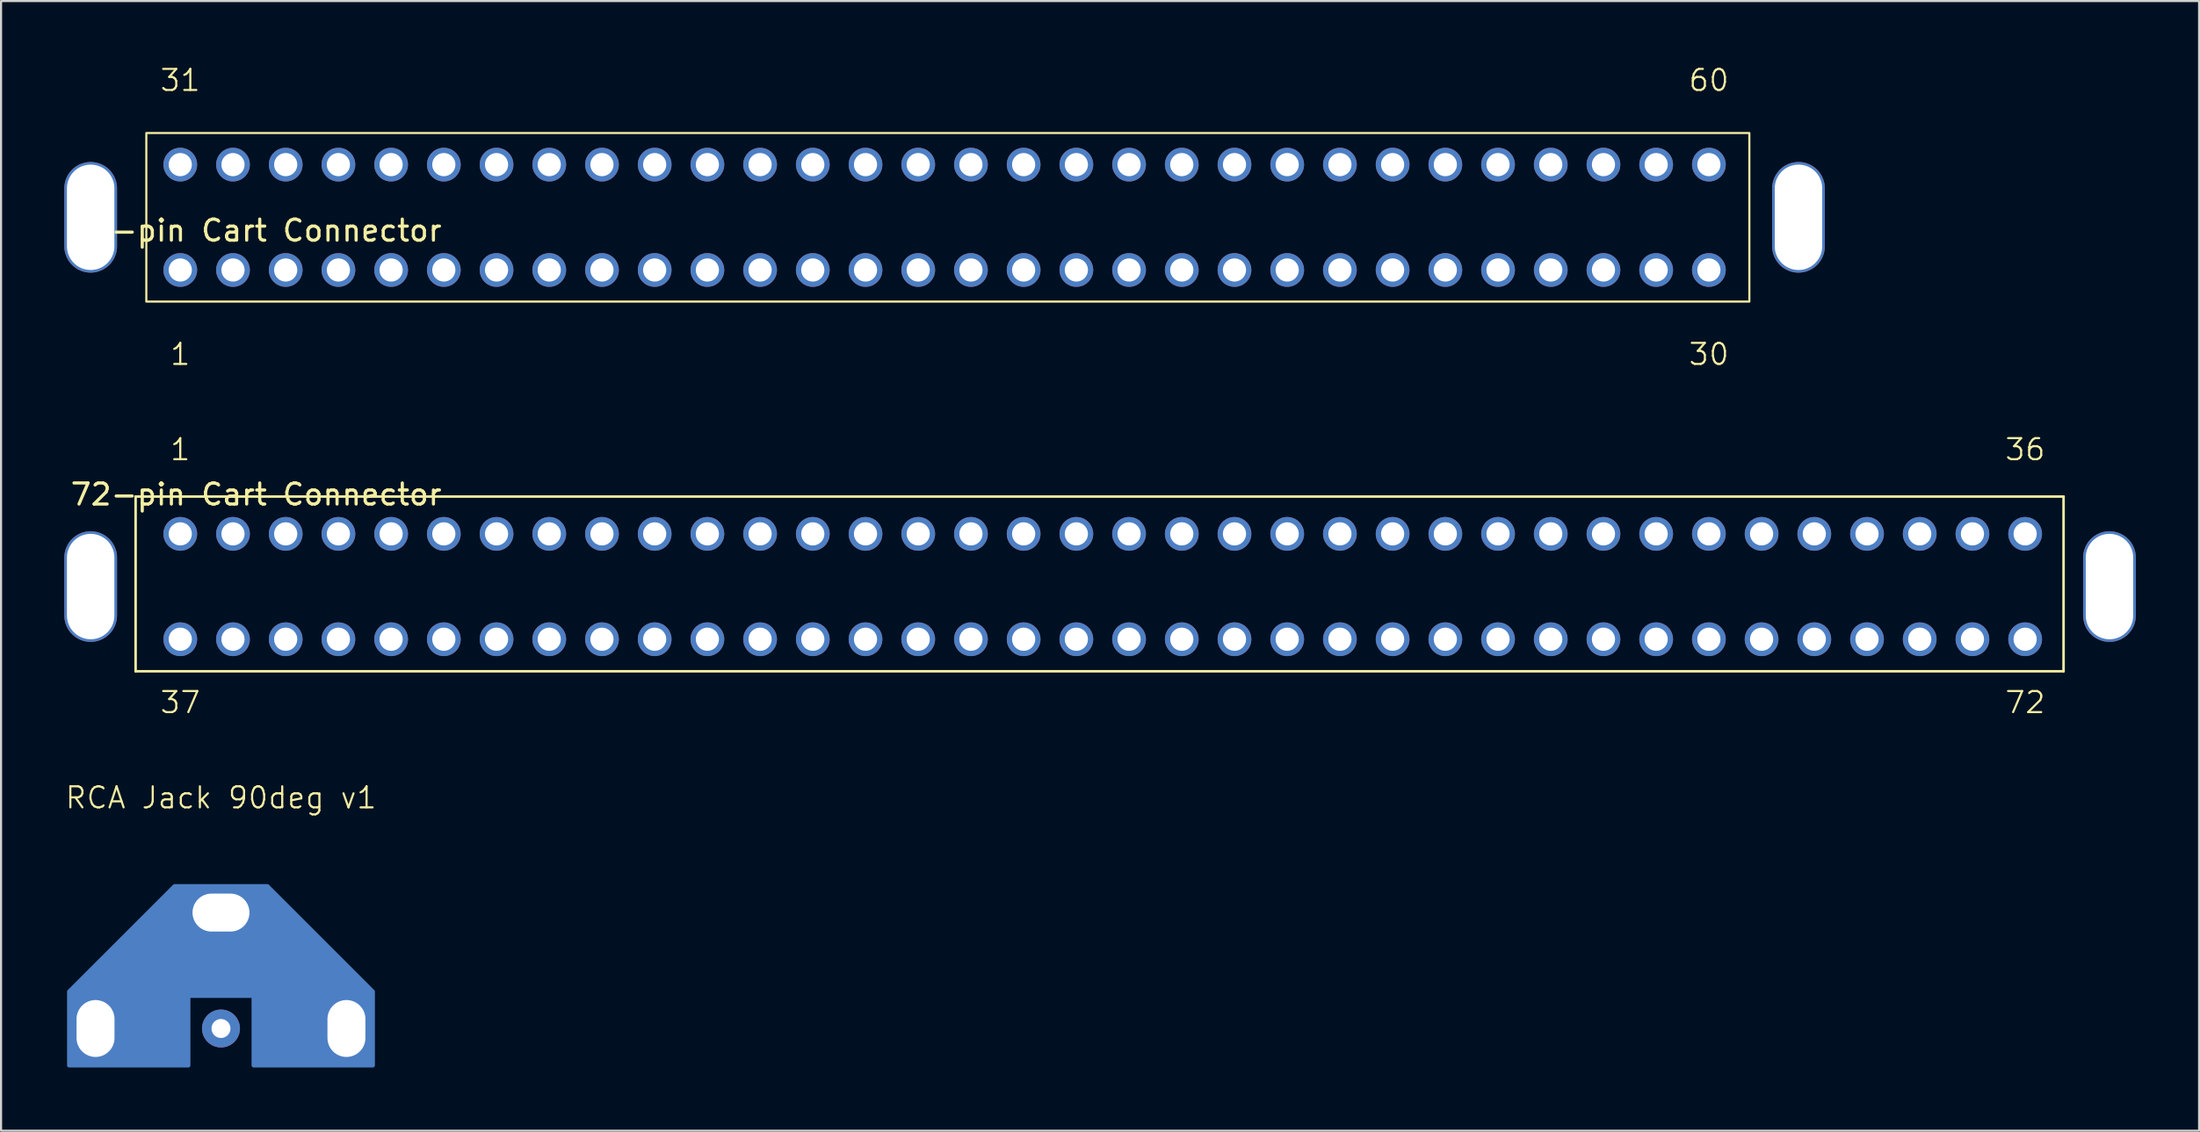
<source format=kicad_pcb>
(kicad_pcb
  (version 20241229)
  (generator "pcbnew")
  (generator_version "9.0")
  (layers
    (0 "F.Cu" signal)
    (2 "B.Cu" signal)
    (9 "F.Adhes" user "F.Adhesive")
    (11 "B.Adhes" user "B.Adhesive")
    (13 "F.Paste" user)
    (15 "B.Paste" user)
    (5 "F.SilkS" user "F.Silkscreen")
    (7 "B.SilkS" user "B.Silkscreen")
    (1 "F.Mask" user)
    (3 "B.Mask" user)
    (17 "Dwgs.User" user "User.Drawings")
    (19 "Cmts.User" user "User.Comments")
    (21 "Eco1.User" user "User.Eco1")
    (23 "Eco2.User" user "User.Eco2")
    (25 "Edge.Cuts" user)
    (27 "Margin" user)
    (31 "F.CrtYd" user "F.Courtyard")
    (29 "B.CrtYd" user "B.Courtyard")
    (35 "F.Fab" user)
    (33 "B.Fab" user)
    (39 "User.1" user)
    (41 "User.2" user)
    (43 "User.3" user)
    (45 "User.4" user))
  (footprint "72-pin Cart Connector"
    (layer "F.Cu")
    (at 5.5 27.282)
    (property "Reference" "72-pin Cart Connector" (at 3.602 -6.871 0) (layer "F.SilkS") (effects (font (size 1 1) (thickness 0.15))))
    (attr through_hole)
    (fp_line (start -2.118 -6.771) (end -2.118 1.519) (stroke (width 0.12) (type solid)) (layer "F.SilkS"))
    (fp_line (start -2.118 1.519) (end 89.322 1.519) (stroke (width 0.12) (type solid)) (layer "F.SilkS"))
    (fp_line (start 89.322 -6.771) (end -2.118 -6.771) (stroke (width 0.12) (type solid)) (layer "F.SilkS"))
    (fp_line (start 89.322 1.519) (end 89.322 -6.771) (stroke (width 0.12) (type solid)) (layer "F.SilkS"))
    (fp_text user "36" (at 87.5 -9 0) (unlocked yes) (layer "F.SilkS") (effects (font (size 1 1) (thickness 0.1))))
    (fp_text user "37" (at 0 3 0) (unlocked yes) (layer "F.SilkS") (effects (font (size 1 1) (thickness 0.1))))
    (fp_text user "72" (at 87.5 3 0) (unlocked yes) (layer "F.SilkS") (effects (font (size 1 1) (thickness 0.1))))
    (fp_text user "1" (at 0 -9 0) (unlocked yes) (layer "F.SilkS") (effects (font (size 1 1) (thickness 0.1))))
    (pad "1" thru_hole circle (at 0 -5) (size 1.6 1.6) (drill 1.1) (layers "*.Cu" "*.Mask"))
    (pad "2" thru_hole circle (at 2.5 -5) (size 1.6 1.6) (drill 1.1) (layers "*.Cu" "*.Mask"))
    (pad "3" thru_hole circle (at 5 -5) (size 1.6 1.6) (drill 1.1) (layers "*.Cu" "*.Mask"))
    (pad "4" thru_hole circle (at 7.5 -5) (size 1.6 1.6) (drill 1.1) (layers "*.Cu" "*.Mask"))
    (pad "5" thru_hole circle (at 10 -5) (size 1.6 1.6) (drill 1.1) (layers "*.Cu" "*.Mask"))
    (pad "6" thru_hole circle (at 12.5 -5) (size 1.6 1.6) (drill 1.1) (layers "*.Cu" "*.Mask"))
    (pad "7" thru_hole circle (at 15 -5) (size 1.6 1.6) (drill 1.1) (layers "*.Cu" "*.Mask"))
    (pad "8" thru_hole circle (at 17.5 -5) (size 1.6 1.6) (drill 1.1) (layers "*.Cu" "*.Mask"))
    (pad "9" thru_hole circle (at 20 -5) (size 1.6 1.6) (drill 1.1) (layers "*.Cu" "*.Mask"))
    (pad "10" thru_hole circle (at 22.5 -5) (size 1.6 1.6) (drill 1.1) (layers "*.Cu" "*.Mask"))
    (pad "11" thru_hole circle (at 25 -5) (size 1.6 1.6) (drill 1.1) (layers "*.Cu" "*.Mask"))
    (pad "12" thru_hole circle (at 27.5 -5) (size 1.6 1.6) (drill 1.1) (layers "*.Cu" "*.Mask"))
    (pad "13" thru_hole circle (at 30 -5) (size 1.6 1.6) (drill 1.1) (layers "*.Cu" "*.Mask"))
    (pad "14" thru_hole circle (at 32.5 -5) (size 1.6 1.6) (drill 1.1) (layers "*.Cu" "*.Mask"))
    (pad "15" thru_hole circle (at 35 -5) (size 1.6 1.6) (drill 1.1) (layers "*.Cu" "*.Mask"))
    (pad "16" thru_hole circle (at 37.5 -5) (size 1.6 1.6) (drill 1.1) (layers "*.Cu" "*.Mask"))
    (pad "17" thru_hole circle (at 40 -5) (size 1.6 1.6) (drill 1.1) (layers "*.Cu" "*.Mask"))
    (pad "18" thru_hole circle (at 42.5 -5) (size 1.6 1.6) (drill 1.1) (layers "*.Cu" "*.Mask"))
    (pad "19" thru_hole circle (at 45 -5) (size 1.6 1.6) (drill 1.1) (layers "*.Cu" "*.Mask"))
    (pad "20" thru_hole circle (at 47.5 -5) (size 1.6 1.6) (drill 1.1) (layers "*.Cu" "*.Mask"))
    (pad "21" thru_hole circle (at 50 -5) (size 1.6 1.6) (drill 1.1) (layers "*.Cu" "*.Mask"))
    (pad "22" thru_hole circle (at 52.5 -5) (size 1.6 1.6) (drill 1.1) (layers "*.Cu" "*.Mask"))
    (pad "23" thru_hole circle (at 55 -5) (size 1.6 1.6) (drill 1.1) (layers "*.Cu" "*.Mask"))
    (pad "24" thru_hole circle (at 57.5 -5) (size 1.6 1.6) (drill 1.1) (layers "*.Cu" "*.Mask"))
    (pad "25" thru_hole circle (at 60 -5) (size 1.6 1.6) (drill 1.1) (layers "*.Cu" "*.Mask"))
    (pad "26" thru_hole circle (at 62.5 -5) (size 1.6 1.6) (drill 1.1) (layers "*.Cu" "*.Mask"))
    (pad "27" thru_hole circle (at 65 -5) (size 1.6 1.6) (drill 1.1) (layers "*.Cu" "*.Mask"))
    (pad "28" thru_hole circle (at 67.5 -5) (size 1.6 1.6) (drill 1.1) (layers "*.Cu" "*.Mask"))
    (pad "29" thru_hole circle (at 70 -5) (size 1.6 1.6) (drill 1.1) (layers "*.Cu" "*.Mask"))
    (pad "30" thru_hole circle (at 72.5 -5) (size 1.6 1.6) (drill 1.1) (layers "*.Cu" "*.Mask"))
    (pad "31" thru_hole circle (at 75 -5) (size 1.6 1.6) (drill 1.1) (layers "*.Cu" "*.Mask"))
    (pad "32" thru_hole circle (at 77.5 -5) (size 1.6 1.6) (drill 1.1) (layers "*.Cu" "*.Mask"))
    (pad "33" thru_hole circle (at 80 -5) (size 1.6 1.6) (drill 1.1) (layers "*.Cu" "*.Mask"))
    (pad "34" thru_hole circle (at 82.5 -5) (size 1.6 1.6) (drill 1.1) (layers "*.Cu" "*.Mask"))
    (pad "35" thru_hole circle (at 85 -5) (size 1.6 1.6) (drill 1.1) (layers "*.Cu" "*.Mask"))
    (pad "36" thru_hole circle (at 87.5 -5) (size 1.6 1.6) (drill 1.1) (layers "*.Cu" "*.Mask"))
    (pad "37" thru_hole circle (at 0 0) (size 1.6 1.6) (drill 1.1) (layers "*.Cu" "*.Mask"))
    (pad "38" thru_hole circle (at 2.5 0) (size 1.6 1.6) (drill 1.1) (layers "*.Cu" "*.Mask"))
    (pad "39" thru_hole circle (at 5 0) (size 1.6 1.6) (drill 1.1) (layers "*.Cu" "*.Mask"))
    (pad "40" thru_hole circle (at 7.5 0) (size 1.6 1.6) (drill 1.1) (layers "*.Cu" "*.Mask"))
    (pad "41" thru_hole circle (at 10 0) (size 1.6 1.6) (drill 1.1) (layers "*.Cu" "*.Mask"))
    (pad "42" thru_hole circle (at 12.5 0) (size 1.6 1.6) (drill 1.1) (layers "*.Cu" "*.Mask"))
    (pad "43" thru_hole circle (at 15 0) (size 1.6 1.6) (drill 1.1) (layers "*.Cu" "*.Mask"))
    (pad "44" thru_hole circle (at 17.5 0) (size 1.6 1.6) (drill 1.1) (layers "*.Cu" "*.Mask"))
    (pad "45" thru_hole circle (at 20 0) (size 1.6 1.6) (drill 1.1) (layers "*.Cu" "*.Mask"))
    (pad "46" thru_hole circle (at 22.5 0) (size 1.6 1.6) (drill 1.1) (layers "*.Cu" "*.Mask"))
    (pad "47" thru_hole circle (at 25 0) (size 1.6 1.6) (drill 1.1) (layers "*.Cu" "*.Mask"))
    (pad "48" thru_hole circle (at 27.5 0) (size 1.6 1.6) (drill 1.1) (layers "*.Cu" "*.Mask"))
    (pad "49" thru_hole circle (at 30 0) (size 1.6 1.6) (drill 1.1) (layers "*.Cu" "*.Mask"))
    (pad "50" thru_hole circle (at 32.5 0) (size 1.6 1.6) (drill 1.1) (layers "*.Cu" "*.Mask"))
    (pad "51" thru_hole circle (at 35 0) (size 1.6 1.6) (drill 1.1) (layers "*.Cu" "*.Mask"))
    (pad "52" thru_hole circle (at 37.5 0) (size 1.6 1.6) (drill 1.1) (layers "*.Cu" "*.Mask"))
    (pad "53" thru_hole circle (at 40 0) (size 1.6 1.6) (drill 1.1) (layers "*.Cu" "*.Mask"))
    (pad "54" thru_hole circle (at 42.5 0) (size 1.6 1.6) (drill 1.1) (layers "*.Cu" "*.Mask"))
    (pad "55" thru_hole circle (at 45 0) (size 1.6 1.6) (drill 1.1) (layers "*.Cu" "*.Mask"))
    (pad "56" thru_hole circle (at 47.5 0) (size 1.6 1.6) (drill 1.1) (layers "*.Cu" "*.Mask"))
    (pad "57" thru_hole circle (at 50 0) (size 1.6 1.6) (drill 1.1) (layers "*.Cu" "*.Mask"))
    (pad "58" thru_hole circle (at 52.5 0) (size 1.6 1.6) (drill 1.1) (layers "*.Cu" "*.Mask"))
    (pad "59" thru_hole circle (at 55 0) (size 1.6 1.6) (drill 1.1) (layers "*.Cu" "*.Mask"))
    (pad "60" thru_hole circle (at 57.5 0) (size 1.6 1.6) (drill 1.1) (layers "*.Cu" "*.Mask"))
    (pad "61" thru_hole circle (at 60 0) (size 1.6 1.6) (drill 1.1) (layers "*.Cu" "*.Mask"))
    (pad "62" thru_hole circle (at 62.5 0) (size 1.6 1.6) (drill 1.1) (layers "*.Cu" "*.Mask"))
    (pad "63" thru_hole circle (at 65 0) (size 1.6 1.6) (drill 1.1) (layers "*.Cu" "*.Mask"))
    (pad "64" thru_hole circle (at 67.5 0) (size 1.6 1.6) (drill 1.1) (layers "*.Cu" "*.Mask"))
    (pad "65" thru_hole circle (at 70 0) (size 1.6 1.6) (drill 1.1) (layers "*.Cu" "*.Mask"))
    (pad "66" thru_hole circle (at 72.5 0) (size 1.6 1.6) (drill 1.1) (layers "*.Cu" "*.Mask"))
    (pad "67" thru_hole circle (at 75 0) (size 1.6 1.6) (drill 1.1) (layers "*.Cu" "*.Mask"))
    (pad "68" thru_hole circle (at 77.5 0) (size 1.6 1.6) (drill 1.1) (layers "*.Cu" "*.Mask"))
    (pad "69" thru_hole circle (at 80 0) (size 1.6 1.6) (drill 1.1) (layers "*.Cu" "*.Mask"))
    (pad "70" thru_hole circle (at 82.5 0) (size 1.6 1.6) (drill 1.1) (layers "*.Cu" "*.Mask"))
    (pad "71" thru_hole circle (at 85 0) (size 1.6 1.6) (drill 1.1) (layers "*.Cu" "*.Mask"))
    (pad "72" thru_hole circle (at 87.5 0) (size 1.6 1.6) (drill 1.1) (layers "*.Cu" "*.Mask"))
    (pad "73" thru_hole oval (at -4.25 -2.5) (size 2.5 5.25) (drill oval 2.25 5) (layers "*.Cu" "*.Mask"))
    (pad "73" thru_hole oval (at 91.5 -2.5) (size 2.5 5.25) (drill oval 2.25 5) (layers "*.Cu" "*.Mask")))
  (footprint "60-pin Cart Connector"
    (layer "F.Cu")
    (at 5.5 9.761)
    (property "Reference" "60-pin Cart Connector" (at 3.602 -1.871 0) (layer "F.SilkS") (effects (font (size 1 1) (thickness 0.15))))
    (attr through_hole)
    (fp_rect (start -1.61 -6.5) (end 74.42 1.5) (stroke (width 0.1) (type default)) (fill no) (layer "F.SilkS"))
    (fp_text user "30" (at 72.5 4 0) (unlocked yes) (layer "F.SilkS") (effects (font (size 1 1) (thickness 0.1))))
    (fp_text user "31" (at 0 -9 0) (unlocked yes) (layer "F.SilkS") (effects (font (size 1 1) (thickness 0.1))))
    (fp_text user "1" (at 0 4 0) (unlocked yes) (layer "F.SilkS") (effects (font (size 1 1) (thickness 0.1))))
    (fp_text user "60" (at 72.5 -9 0) (unlocked yes) (layer "F.SilkS") (effects (font (size 1 1) (thickness 0.1))))
    (pad "1" thru_hole circle (at 0 0) (size 1.6 1.6) (drill 1.1) (layers "*.Cu" "*.Mask"))
    (pad "2" thru_hole circle (at 2.5 0) (size 1.6 1.6) (drill 1.1) (layers "*.Cu" "*.Mask"))
    (pad "3" thru_hole circle (at 5 0) (size 1.6 1.6) (drill 1.1) (layers "*.Cu" "*.Mask"))
    (pad "4" thru_hole circle (at 7.5 0) (size 1.6 1.6) (drill 1.1) (layers "*.Cu" "*.Mask"))
    (pad "5" thru_hole circle (at 10 0) (size 1.6 1.6) (drill 1.1) (layers "*.Cu" "*.Mask"))
    (pad "6" thru_hole circle (at 12.5 0) (size 1.6 1.6) (drill 1.1) (layers "*.Cu" "*.Mask"))
    (pad "7" thru_hole circle (at 15 0) (size 1.6 1.6) (drill 1.1) (layers "*.Cu" "*.Mask"))
    (pad "8" thru_hole circle (at 17.5 0) (size 1.6 1.6) (drill 1.1) (layers "*.Cu" "*.Mask"))
    (pad "9" thru_hole circle (at 20 0) (size 1.6 1.6) (drill 1.1) (layers "*.Cu" "*.Mask"))
    (pad "10" thru_hole circle (at 22.5 0) (size 1.6 1.6) (drill 1.1) (layers "*.Cu" "*.Mask"))
    (pad "11" thru_hole circle (at 25 0) (size 1.6 1.6) (drill 1.1) (layers "*.Cu" "*.Mask"))
    (pad "12" thru_hole circle (at 27.5 0) (size 1.6 1.6) (drill 1.1) (layers "*.Cu" "*.Mask"))
    (pad "13" thru_hole circle (at 30 0) (size 1.6 1.6) (drill 1.1) (layers "*.Cu" "*.Mask"))
    (pad "14" thru_hole circle (at 32.5 0) (size 1.6 1.6) (drill 1.1) (layers "*.Cu" "*.Mask"))
    (pad "15" thru_hole circle (at 35 0) (size 1.6 1.6) (drill 1.1) (layers "*.Cu" "*.Mask"))
    (pad "16" thru_hole circle (at 37.5 0) (size 1.6 1.6) (drill 1.1) (layers "*.Cu" "*.Mask"))
    (pad "17" thru_hole circle (at 40 0) (size 1.6 1.6) (drill 1.1) (layers "*.Cu" "*.Mask"))
    (pad "18" thru_hole circle (at 42.5 0) (size 1.6 1.6) (drill 1.1) (layers "*.Cu" "*.Mask"))
    (pad "19" thru_hole circle (at 45 0) (size 1.6 1.6) (drill 1.1) (layers "*.Cu" "*.Mask"))
    (pad "20" thru_hole circle (at 47.5 0) (size 1.6 1.6) (drill 1.1) (layers "*.Cu" "*.Mask"))
    (pad "21" thru_hole circle (at 50 0) (size 1.6 1.6) (drill 1.1) (layers "*.Cu" "*.Mask"))
    (pad "22" thru_hole circle (at 52.5 0) (size 1.6 1.6) (drill 1.1) (layers "*.Cu" "*.Mask"))
    (pad "23" thru_hole circle (at 55 0) (size 1.6 1.6) (drill 1.1) (layers "*.Cu" "*.Mask"))
    (pad "24" thru_hole circle (at 57.5 0) (size 1.6 1.6) (drill 1.1) (layers "*.Cu" "*.Mask"))
    (pad "25" thru_hole circle (at 60 0) (size 1.6 1.6) (drill 1.1) (layers "*.Cu" "*.Mask"))
    (pad "26" thru_hole circle (at 62.5 0) (size 1.6 1.6) (drill 1.1) (layers "*.Cu" "*.Mask"))
    (pad "27" thru_hole circle (at 65 0) (size 1.6 1.6) (drill 1.1) (layers "*.Cu" "*.Mask"))
    (pad "28" thru_hole circle (at 67.5 0) (size 1.6 1.6) (drill 1.1) (layers "*.Cu" "*.Mask"))
    (pad "29" thru_hole circle (at 70 0) (size 1.6 1.6) (drill 1.1) (layers "*.Cu" "*.Mask"))
    (pad "30" thru_hole circle (at 72.5 0) (size 1.6 1.6) (drill 1.1) (layers "*.Cu" "*.Mask"))
    (pad "31" thru_hole circle (at 0 -5) (size 1.6 1.6) (drill 1.1) (layers "*.Cu" "*.Mask"))
    (pad "32" thru_hole circle (at 2.5 -5) (size 1.6 1.6) (drill 1.1) (layers "*.Cu" "*.Mask"))
    (pad "33" thru_hole circle (at 5 -5) (size 1.6 1.6) (drill 1.1) (layers "*.Cu" "*.Mask"))
    (pad "34" thru_hole circle (at 7.5 -5) (size 1.6 1.6) (drill 1.1) (layers "*.Cu" "*.Mask"))
    (pad "35" thru_hole circle (at 10 -5) (size 1.6 1.6) (drill 1.1) (layers "*.Cu" "*.Mask"))
    (pad "36" thru_hole circle (at 12.5 -5) (size 1.6 1.6) (drill 1.1) (layers "*.Cu" "*.Mask"))
    (pad "37" thru_hole circle (at 15 -5) (size 1.6 1.6) (drill 1.1) (layers "*.Cu" "*.Mask"))
    (pad "38" thru_hole circle (at 17.5 -5) (size 1.6 1.6) (drill 1.1) (layers "*.Cu" "*.Mask"))
    (pad "39" thru_hole circle (at 20 -5) (size 1.6 1.6) (drill 1.1) (layers "*.Cu" "*.Mask"))
    (pad "40" thru_hole circle (at 22.5 -5) (size 1.6 1.6) (drill 1.1) (layers "*.Cu" "*.Mask"))
    (pad "41" thru_hole circle (at 25 -5) (size 1.6 1.6) (drill 1.1) (layers "*.Cu" "*.Mask"))
    (pad "42" thru_hole circle (at 27.5 -5) (size 1.6 1.6) (drill 1.1) (layers "*.Cu" "*.Mask"))
    (pad "43" thru_hole circle (at 30 -5) (size 1.6 1.6) (drill 1.1) (layers "*.Cu" "*.Mask"))
    (pad "44" thru_hole circle (at 32.5 -5) (size 1.6 1.6) (drill 1.1) (layers "*.Cu" "*.Mask"))
    (pad "45" thru_hole circle (at 35 -5) (size 1.6 1.6) (drill 1.1) (layers "*.Cu" "*.Mask"))
    (pad "46" thru_hole circle (at 37.5 -5) (size 1.6 1.6) (drill 1.1) (layers "*.Cu" "*.Mask"))
    (pad "47" thru_hole circle (at 40 -5) (size 1.6 1.6) (drill 1.1) (layers "*.Cu" "*.Mask"))
    (pad "48" thru_hole circle (at 42.5 -5) (size 1.6 1.6) (drill 1.1) (layers "*.Cu" "*.Mask"))
    (pad "49" thru_hole circle (at 45 -5) (size 1.6 1.6) (drill 1.1) (layers "*.Cu" "*.Mask"))
    (pad "50" thru_hole circle (at 47.5 -5) (size 1.6 1.6) (drill 1.1) (layers "*.Cu" "*.Mask"))
    (pad "51" thru_hole circle (at 50 -5) (size 1.6 1.6) (drill 1.1) (layers "*.Cu" "*.Mask"))
    (pad "52" thru_hole circle (at 52.5 -5) (size 1.6 1.6) (drill 1.1) (layers "*.Cu" "*.Mask"))
    (pad "53" thru_hole circle (at 55 -5) (size 1.6 1.6) (drill 1.1) (layers "*.Cu" "*.Mask"))
    (pad "54" thru_hole circle (at 57.5 -5) (size 1.6 1.6) (drill 1.1) (layers "*.Cu" "*.Mask"))
    (pad "55" thru_hole circle (at 60 -5) (size 1.6 1.6) (drill 1.1) (layers "*.Cu" "*.Mask"))
    (pad "56" thru_hole circle (at 62.5 -5) (size 1.6 1.6) (drill 1.1) (layers "*.Cu" "*.Mask"))
    (pad "57" thru_hole circle (at 65 -5) (size 1.6 1.6) (drill 1.1) (layers "*.Cu" "*.Mask"))
    (pad "58" thru_hole circle (at 67.5 -5) (size 1.6 1.6) (drill 1.1) (layers "*.Cu" "*.Mask"))
    (pad "59" thru_hole circle (at 70 -5) (size 1.6 1.6) (drill 1.1) (layers "*.Cu" "*.Mask"))
    (pad "60" thru_hole circle (at 72.5 -5) (size 1.6 1.6) (drill 1.1) (layers "*.Cu" "*.Mask"))
    (pad "61" thru_hole oval (at -4.25 -2.5) (size 2.5 5.25) (drill oval 2.25 5) (layers "*.Cu" "*.Mask"))
    (pad "61" thru_hole oval (at 76.75 -2.5) (size 2.5 5.25) (drill oval 2.25 5) (layers "*.Cu" "*.Mask")))
  (footprint "RCA Jack 90deg v1"
    (layer "F.Cu")
    (at 7.431 40.252)
    (property "Reference" "RCA Jack 90deg v1" (at 0 -5.45 0) (unlocked yes) (layer "F.SilkS") (effects (font (size 1 1) (thickness 0.1))))
    (attr through_hole)
    (fp_poly (pts (xy -7.2 7.25) (xy -1.55 7.25) (xy -1.55 3.95) (xy 1.5 3.95) (xy 1.55 4) (xy 1.55 7.25) (xy 7.2 7.25) (xy 7.2 3.75) (xy 2.2 -1.25) (xy -2.2 -1.25) (xy -7.2 3.75)) (stroke (width 0.2) (type solid)) (fill yes) (layer "B.Cu"))
    (pad "1" thru_hole rect (at -5.95 5.5 90) (size 3.5 2.5) (drill oval 2.7 1.8) (layers "*.Cu" "*.Mask"))
    (pad "1" thru_hole rect (at 0 0) (size 3.5 2.5) (drill oval 2.7 1.8) (layers "*.Cu" "*.Mask"))
    (pad "1" thru_hole rect (at 5.95 5.5 270) (size 3.5 2.5) (drill oval 2.7 1.8) (layers "*.Cu" "*.Mask"))
    (pad "2" thru_hole circle (at 0 5.5) (size 1.8 1.8) (drill 0.9) (layers "*.Cu" "*.Mask")))
  (gr_rect
    (start -3 -3)
    (end 101.25 50.602)
    (stroke (width 0.1) (type default))
    (fill no)
    (layer "Edge.Cuts")))
</source>
